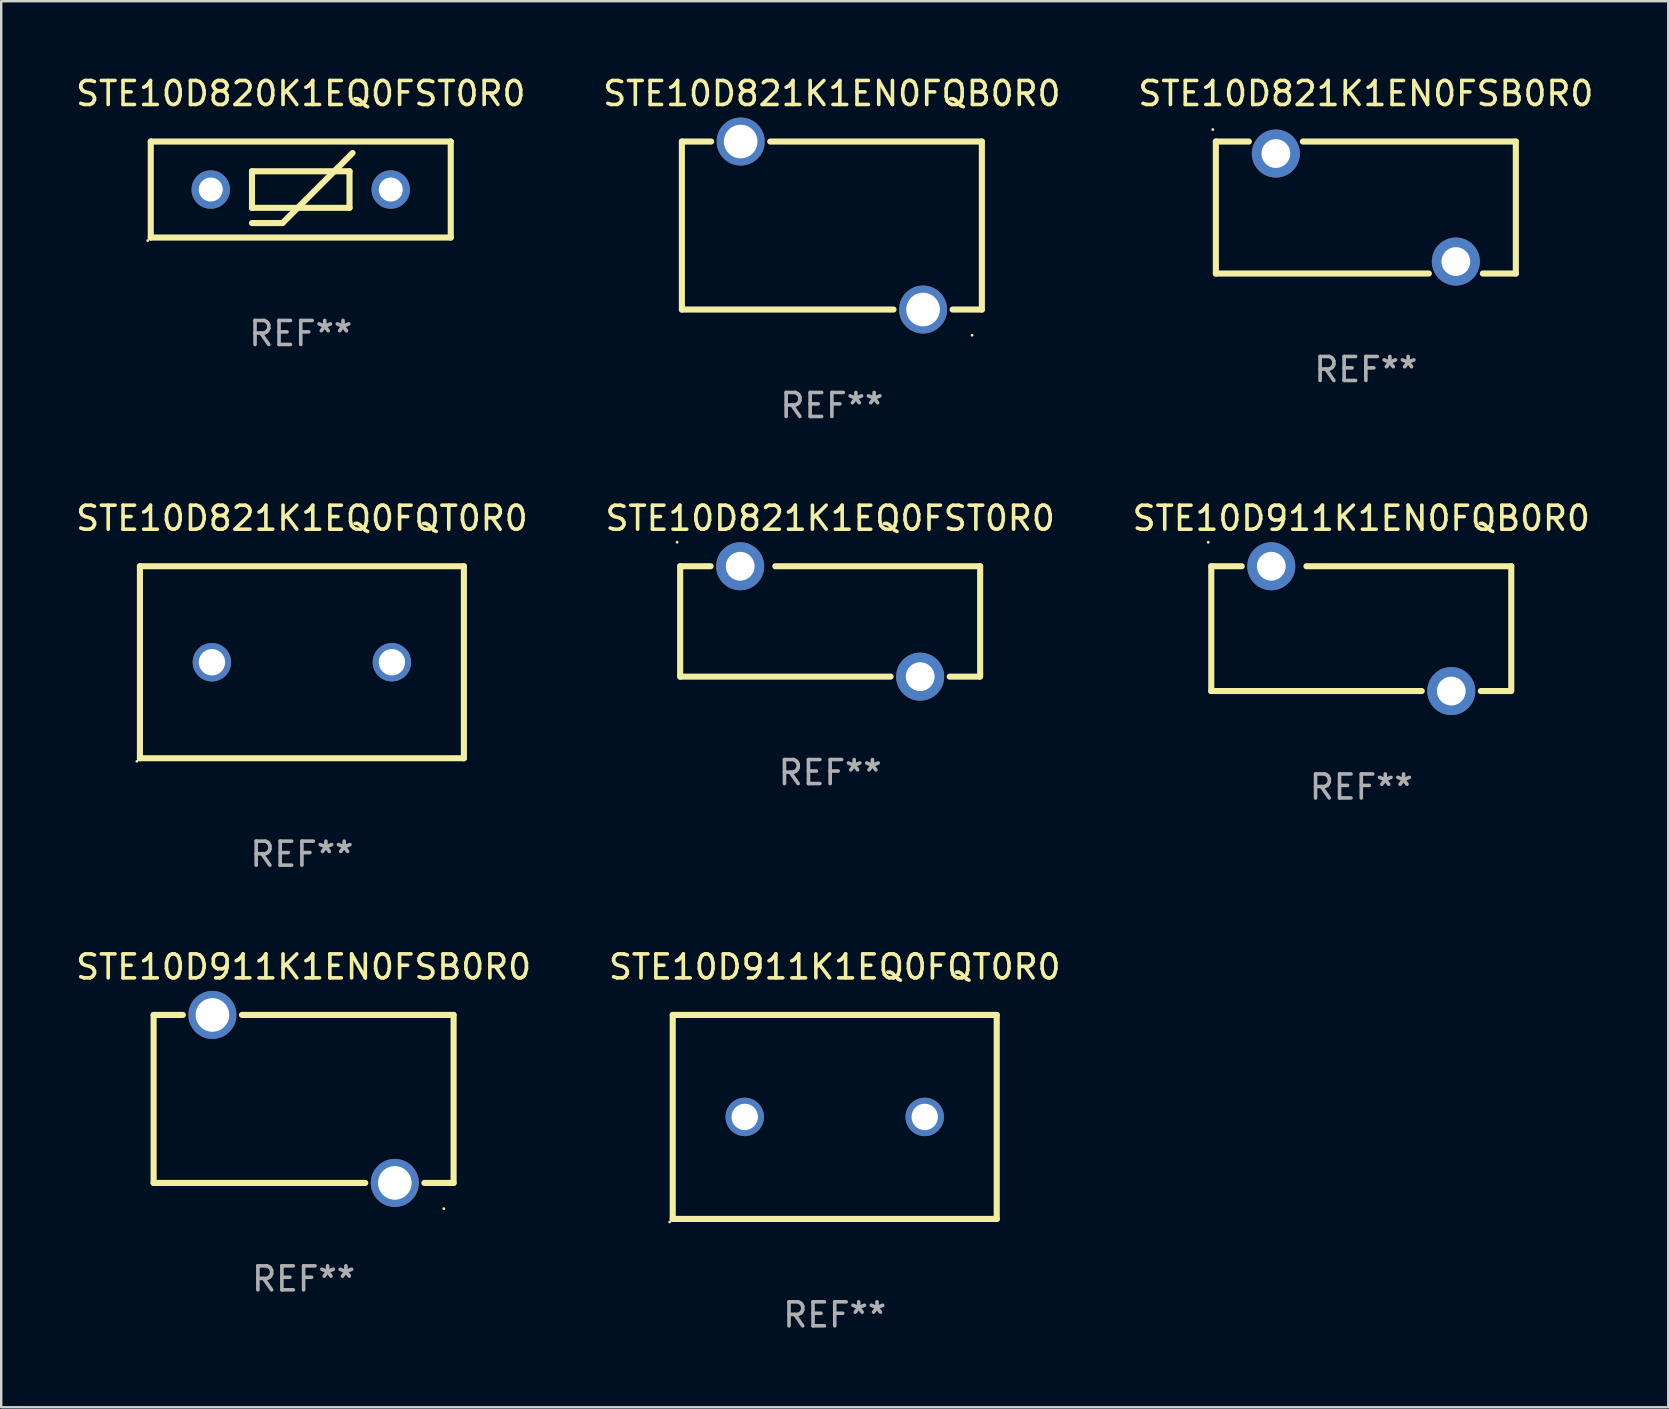
<source format=kicad_pcb>
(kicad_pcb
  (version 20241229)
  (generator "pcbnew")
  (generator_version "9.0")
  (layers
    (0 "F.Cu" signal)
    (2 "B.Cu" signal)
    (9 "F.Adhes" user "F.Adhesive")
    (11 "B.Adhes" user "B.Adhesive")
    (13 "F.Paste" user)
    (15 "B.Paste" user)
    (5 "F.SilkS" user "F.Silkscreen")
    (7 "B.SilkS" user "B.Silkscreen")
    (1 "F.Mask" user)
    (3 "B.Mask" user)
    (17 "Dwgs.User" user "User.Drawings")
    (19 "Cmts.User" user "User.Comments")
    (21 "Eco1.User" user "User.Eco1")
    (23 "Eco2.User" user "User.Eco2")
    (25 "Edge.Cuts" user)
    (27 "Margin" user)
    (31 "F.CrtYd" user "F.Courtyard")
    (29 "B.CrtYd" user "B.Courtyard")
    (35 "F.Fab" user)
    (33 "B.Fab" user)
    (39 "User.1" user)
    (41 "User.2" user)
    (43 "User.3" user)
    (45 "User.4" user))
  (footprint "STE10D821K1EN0FSB0R0"
    (layer "F.Cu")
    (at 53.863 5.598)
    (property "Reference" "STE10D821K1EN0FSB0R0" (at 0 -4.75 0) (layer "F.SilkS") (effects (font (size 1 1) (thickness 0.15))))
    (attr through_hole)
    (fp_line (start -6.25 -2.75) (end -4.875 -2.75) (stroke (width 0.254) (type solid)) (layer "F.SilkS"))
    (fp_line (start -6.25 2.75) (end -6.25 -2.75) (stroke (width 0.254) (type solid)) (layer "F.SilkS"))
    (fp_line (start -6.25 2.75) (end 2.625 2.75) (stroke (width 0.254) (type solid)) (layer "F.SilkS"))
    (fp_line (start -2.625 -2.75) (end 6.25 -2.75) (stroke (width 0.254) (type solid)) (layer "F.SilkS"))
    (fp_line (start 4.875 2.75) (end 6.25 2.75) (stroke (width 0.254) (type solid)) (layer "F.SilkS"))
    (fp_line (start 6.25 -2.75) (end 6.25 2.75) (stroke (width 0.254) (type solid)) (layer "F.SilkS"))
    (fp_circle (center -6.377 -3.25) (end -6.347 -3.25) (stroke (width 0.06) (type solid)) (fill no) (layer "F.SilkS"))
    (fp_text user "REF**" (at 0 6.75 0) (layer "F.Fab") (effects (font (size 1 1) (thickness 0.15))))
    (pad "1" thru_hole circle (at -3.75 -2.25) (size 2 2) (drill 1.2) (layers "*.Cu" "*.Mask"))
    (pad "2" thru_hole circle (at 3.75 2.25) (size 2 2) (drill 1.2) (layers "*.Cu" "*.Mask")))
  (footprint "STE10D911K1EN0FSB0R0"
    (layer "F.Cu")
    (at 9.601 42.741)
    (property "Reference" "STE10D911K1EN0FSB0R0" (at 0 -5.5 0) (layer "F.SilkS") (effects (font (size 1 1) (thickness 0.15))))
    (attr through_hole)
    (fp_line (start -6.25 -3.5) (end -6.25 3.5) (stroke (width 0.254) (type solid)) (layer "F.SilkS"))
    (fp_line (start -6.25 3.5) (end 2.569 3.5) (stroke (width 0.254) (type solid)) (layer "F.SilkS"))
    (fp_line (start -5.031 -3.5) (end -6.25 -3.5) (stroke (width 0.254) (type solid)) (layer "F.SilkS"))
    (fp_line (start 5.031 3.5) (end 6.25 3.5) (stroke (width 0.254) (type solid)) (layer "F.SilkS"))
    (fp_line (start 6.25 -3.5) (end -2.569 -3.5) (stroke (width 0.254) (type solid)) (layer "F.SilkS"))
    (fp_line (start 6.25 3.5) (end 6.25 -3.5) (stroke (width 0.254) (type solid)) (layer "F.SilkS"))
    (fp_circle (center 5.842 4.572) (end 5.872 4.572) (stroke (width 0.06) (type solid)) (fill no) (layer "F.SilkS"))
    (fp_text user "REF**" (at 0 7.5 0) (layer "F.Fab") (effects (font (size 1 1) (thickness 0.15))))
    (pad "1" thru_hole circle (at 3.8 3.5) (size 2 2) (drill 1.4) (layers "*.Cu" "*.Mask"))
    (pad "2" thru_hole circle (at -3.8 -3.5) (size 2 2) (drill 1.4) (layers "*.Cu" "*.Mask")))
  (footprint "STE10D821K1EQ0FQT0R0"
    (layer "F.Cu")
    (at 9.53 24.545)
    (property "Reference" "STE10D821K1EQ0FQT0R0" (at 0 -6 0) (layer "F.SilkS") (effects (font (size 1 1) (thickness 0.15))))
    (attr through_hole)
    (fp_line (start -6.75 -4) (end 6.75 -4) (stroke (width 0.254) (type solid)) (layer "F.SilkS"))
    (fp_line (start -6.75 4) (end -6.75 -4) (stroke (width 0.254) (type solid)) (layer "F.SilkS"))
    (fp_line (start 6.75 -4) (end 6.75 4) (stroke (width 0.254) (type solid)) (layer "F.SilkS"))
    (fp_line (start 6.75 4) (end -6.75 4) (stroke (width 0.254) (type solid)) (layer "F.SilkS"))
    (fp_circle (center -6.877 4.127) (end -6.847 4.127) (stroke (width 0.06) (type solid)) (fill no) (layer "F.SilkS"))
    (fp_text user "REF**" (at 0 8 0) (layer "F.Fab") (effects (font (size 1 1) (thickness 0.15))))
    (pad "1" thru_hole circle (at -3.75 0) (size 1.6 1.6) (drill 1.1) (layers "*.Cu" "*.Mask"))
    (pad "2" thru_hole circle (at 3.75 0) (size 1.6 1.6) (drill 1.1) (layers "*.Cu" "*.Mask")))
  (footprint "STE10D820K1EQ0FST0R0"
    (layer "F.Cu")
    (at 9.482 4.848)
    (property "Reference" "STE10D820K1EQ0FST0R0" (at 0 -4 0) (layer "F.SilkS") (effects (font (size 1 1) (thickness 0.15))))
    (attr through_hole)
    (fp_line (start -6.25 -2) (end 6.25 -2) (stroke (width 0.254) (type solid)) (layer "F.SilkS"))
    (fp_line (start -6.25 2) (end -6.25 -2) (stroke (width 0.254) (type solid)) (layer "F.SilkS"))
    (fp_line (start -6.25 2) (end 6.25 2) (stroke (width 0.254) (type solid)) (layer "F.SilkS"))
    (fp_line (start -2.032 -0.762) (end 2.032 -0.762) (stroke (width 0.254) (type solid)) (layer "F.SilkS"))
    (fp_line (start -2.032 0.762) (end -2.032 -0.762) (stroke (width 0.254) (type solid)) (layer "F.SilkS"))
    (fp_line (start -2.032 1.397) (end -0.762 1.397) (stroke (width 0.254) (type solid)) (layer "F.SilkS"))
    (fp_line (start -0.762 1.397) (end 2.159 -1.524) (stroke (width 0.254) (type solid)) (layer "F.SilkS"))
    (fp_line (start 2.032 -0.762) (end 2.032 0.762) (stroke (width 0.254) (type solid)) (layer "F.SilkS"))
    (fp_line (start 2.032 0.762) (end -2.032 0.762) (stroke (width 0.254) (type solid)) (layer "F.SilkS"))
    (fp_line (start 6.25 -2) (end 6.25 2) (stroke (width 0.254) (type solid)) (layer "F.SilkS"))
    (fp_circle (center -6.377 2.127) (end -6.347 2.127) (stroke (width 0.06) (type solid)) (fill no) (layer "F.SilkS"))
    (fp_text user "REF**" (at 0 6 0) (layer "F.Fab") (effects (font (size 1 1) (thickness 0.15))))
    (pad "1" thru_hole circle (at -3.75 0) (size 1.6 1.6) (drill 1) (layers "*.Cu" "*.Mask"))
    (pad "2" thru_hole circle (at 3.75 0) (size 1.6 1.6) (drill 1) (layers "*.Cu" "*.Mask")))
  (footprint "STE10D821K1EQ0FST0R0"
    (layer "F.Cu")
    (at 31.542 22.845)
    (property "Reference" "STE10D821K1EQ0FST0R0" (at 0 -4.3 0) (layer "F.SilkS") (effects (font (size 1 1) (thickness 0.15))))
    (attr through_hole)
    (fp_line (start -6.25 -2.3) (end -6.25 2.3) (stroke (width 0.254) (type solid)) (layer "F.SilkS"))
    (fp_line (start -6.25 -2.3) (end -4.981 -2.3) (stroke (width 0.254) (type solid)) (layer "F.SilkS"))
    (fp_line (start -6.25 2.3) (end 2.519 2.3) (stroke (width 0.254) (type solid)) (layer "F.SilkS"))
    (fp_line (start 4.981 2.3) (end 6.223 2.3) (stroke (width 0.254) (type solid)) (layer "F.SilkS"))
    (fp_line (start 6.25 -2.3) (end -2.286 -2.3) (stroke (width 0.254) (type solid)) (layer "F.SilkS"))
    (fp_line (start 6.25 -2.3) (end 6.25 2.3) (stroke (width 0.254) (type solid)) (layer "F.SilkS"))
    (fp_circle (center -6.377 -3.3) (end -6.347 -3.3) (stroke (width 0.06) (type solid)) (fill no) (layer "F.SilkS"))
    (fp_text user "REF**" (at 0 6.3 0) (layer "F.Fab") (effects (font (size 1 1) (thickness 0.15))))
    (pad "1" thru_hole circle (at -3.75 -2.3) (size 2 2) (drill 1.2) (layers "*.Cu" "*.Mask"))
    (pad "2" thru_hole circle (at 3.75 2.3) (size 2 2) (drill 1.2) (layers "*.Cu" "*.Mask")))
  (footprint "STE10D911K1EN0FQB0R0"
    (layer "F.Cu")
    (at 53.673 23.145)
    (property "Reference" "STE10D911K1EN0FQB0R0" (at 0 -4.6 0) (layer "F.SilkS") (effects (font (size 1 1) (thickness 0.15))))
    (attr through_hole)
    (fp_line (start -6.25 -2.6) (end -6.25 2.6) (stroke (width 0.254) (type solid)) (layer "F.SilkS"))
    (fp_line (start -6.25 -2.6) (end -4.981 -2.6) (stroke (width 0.254) (type solid)) (layer "F.SilkS"))
    (fp_line (start -6.25 2.6) (end 2.519 2.6) (stroke (width 0.254) (type solid)) (layer "F.SilkS"))
    (fp_line (start 4.981 2.6) (end 6.223 2.6) (stroke (width 0.254) (type solid)) (layer "F.SilkS"))
    (fp_line (start 6.25 -2.6) (end -2.286 -2.6) (stroke (width 0.254) (type solid)) (layer "F.SilkS"))
    (fp_line (start 6.25 -2.6) (end 6.25 2.6) (stroke (width 0.254) (type solid)) (layer "F.SilkS"))
    (fp_circle (center -6.377 -3.6) (end -6.347 -3.6) (stroke (width 0.06) (type solid)) (fill no) (layer "F.SilkS"))
    (fp_text user "REF**" (at 0 6.6 0) (layer "F.Fab") (effects (font (size 1 1) (thickness 0.15))))
    (pad "1" thru_hole circle (at -3.75 -2.6) (size 2 2) (drill 1.2) (layers "*.Cu" "*.Mask"))
    (pad "2" thru_hole circle (at 3.75 2.6) (size 2 2) (drill 1.2) (layers "*.Cu" "*.Mask")))
  (footprint "STE10D911K1EQ0FQT0R0"
    (layer "F.Cu")
    (at 31.732 43.491)
    (property "Reference" "STE10D911K1EQ0FQT0R0" (at 0 -6.25 0) (layer "F.SilkS") (effects (font (size 1 1) (thickness 0.15))))
    (attr through_hole)
    (fp_line (start -6.75 -4.25) (end 6.75 -4.25) (stroke (width 0.254) (type solid)) (layer "F.SilkS"))
    (fp_line (start -6.75 4.25) (end -6.75 -4.25) (stroke (width 0.254) (type solid)) (layer "F.SilkS"))
    (fp_line (start 6.75 -4.25) (end 6.75 4.25) (stroke (width 0.254) (type solid)) (layer "F.SilkS"))
    (fp_line (start 6.75 4.25) (end -6.75 4.25) (stroke (width 0.254) (type solid)) (layer "F.SilkS"))
    (fp_circle (center -6.877 4.377) (end -6.847 4.377) (stroke (width 0.06) (type solid)) (fill no) (layer "F.SilkS"))
    (fp_text user "REF**" (at 0 8.25 0) (layer "F.Fab") (effects (font (size 1 1) (thickness 0.15))))
    (pad "1" thru_hole circle (at -3.75 0) (size 1.6 1.6) (drill 1.1) (layers "*.Cu" "*.Mask"))
    (pad "2" thru_hole circle (at 3.75 0) (size 1.6 1.6) (drill 1.1) (layers "*.Cu" "*.Mask")))
  (footprint "STE10D821K1EN0FQB0R0"
    (layer "F.Cu")
    (at 31.613 6.348)
    (property "Reference" "STE10D821K1EN0FQB0R0" (at 0 -5.5 0) (layer "F.SilkS") (effects (font (size 1 1) (thickness 0.15))))
    (attr through_hole)
    (fp_line (start -6.25 -3.5) (end -6.25 3.5) (stroke (width 0.254) (type solid)) (layer "F.SilkS"))
    (fp_line (start -6.25 3.5) (end 2.569 3.5) (stroke (width 0.254) (type solid)) (layer "F.SilkS"))
    (fp_line (start -5.031 -3.5) (end -6.25 -3.5) (stroke (width 0.254) (type solid)) (layer "F.SilkS"))
    (fp_line (start 5.031 3.5) (end 6.25 3.5) (stroke (width 0.254) (type solid)) (layer "F.SilkS"))
    (fp_line (start 6.25 -3.5) (end -2.569 -3.5) (stroke (width 0.254) (type solid)) (layer "F.SilkS"))
    (fp_line (start 6.25 3.5) (end 6.25 -3.5) (stroke (width 0.254) (type solid)) (layer "F.SilkS"))
    (fp_circle (center 5.842 4.572) (end 5.872 4.572) (stroke (width 0.06) (type solid)) (fill no) (layer "F.SilkS"))
    (fp_text user "REF**" (at 0 7.5 0) (layer "F.Fab") (effects (font (size 1 1) (thickness 0.15))))
    (pad "1" thru_hole circle (at 3.8 3.5) (size 2 2) (drill 1.4) (layers "*.Cu" "*.Mask"))
    (pad "2" thru_hole circle (at -3.8 -3.5) (size 2 2) (drill 1.4) (layers "*.Cu" "*.Mask")))
  (gr_rect
    (start -3 -3)
    (end 66.464 55.59)
    (stroke (width 0.1) (type default))
    (fill no)
    (layer "Edge.Cuts")))
</source>
